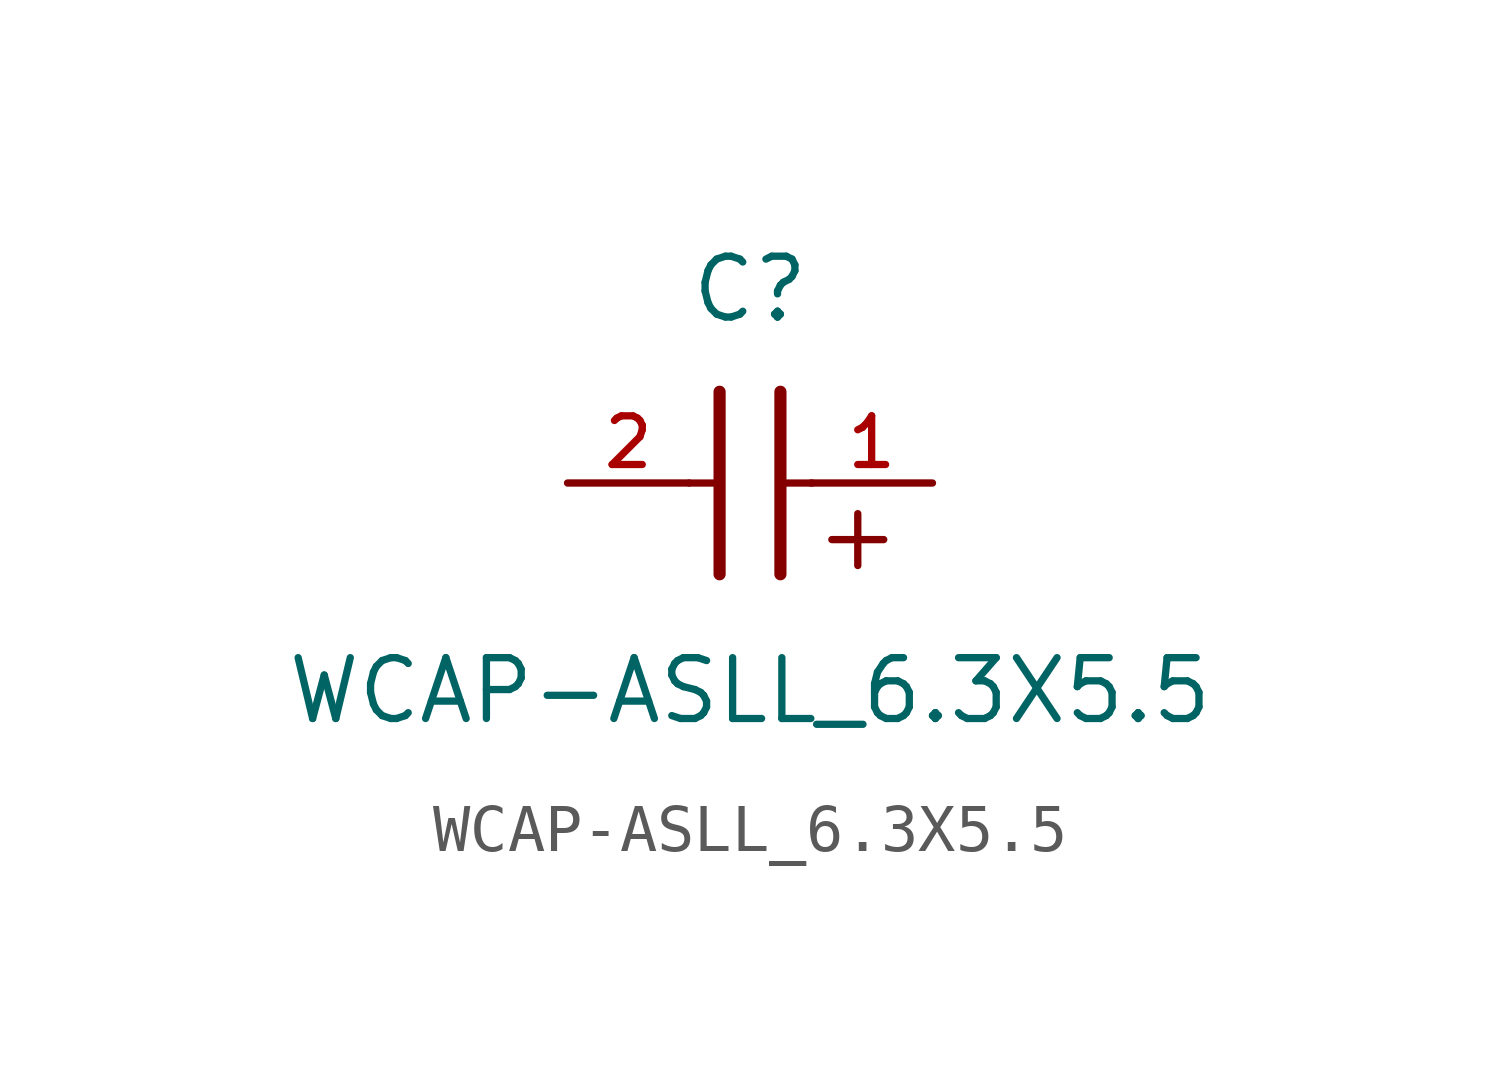
<source format=kicad_sym>
(kicad_symbol_lib
  (version 20241209)
  (generator "kicad_symbol_editor")
  (generator_version "9.0")
  (symbol "WCAP-ASLL_6.3X5.5"
    (pin_names
      (offset 1.016))
    (property "Reference" "C"
      (at 0 3.302 0)
      (effects (font (size 1.27 1.27)) (justify bottom)))
    (property "Value" "WCAP-ASLL_6.3X5.5"
      (at 0 -5.08 0)
      (effects (font (size 1.27 1.27)) (justify bottom)))
    (symbol "WCAP-ASLL_6.3X5.5_0_0"
      (polyline (pts (xy -1.27 0) (xy -0.627 0)) (stroke (width 0.152) (type default)) (fill (type none)))
      (polyline (pts (xy -0.635 -1.905) (xy -0.635 1.905)) (stroke (width 0.254) (type default)) (fill (type none)))
      (polyline (pts (xy 0.635 1.905) (xy 0.635 -1.905)) (stroke (width 0.254) (type default)) (fill (type none)))
      (polyline (pts (xy 0.658 0) (xy 1.3 0)) (stroke (width 0.152) (type default)) (fill (type none)))
      (text "+" (at 1.27 -1.905 0) (effects (font (size 1.422 1.422)) (justify left bottom)))
      (pin passive line (at -3.81 0 0) (length 2.54) (name "~" (effects (font (size 1.016 1.016)))) (number "2" (effects (font (size 1.016 1.016)))))
      (pin passive line (at 3.81 0 180) (length 2.54) (name "~" (effects (font (size 1.016 1.016)))) (number "1" (effects (font (size 1.016 1.016))))))))
</source>
